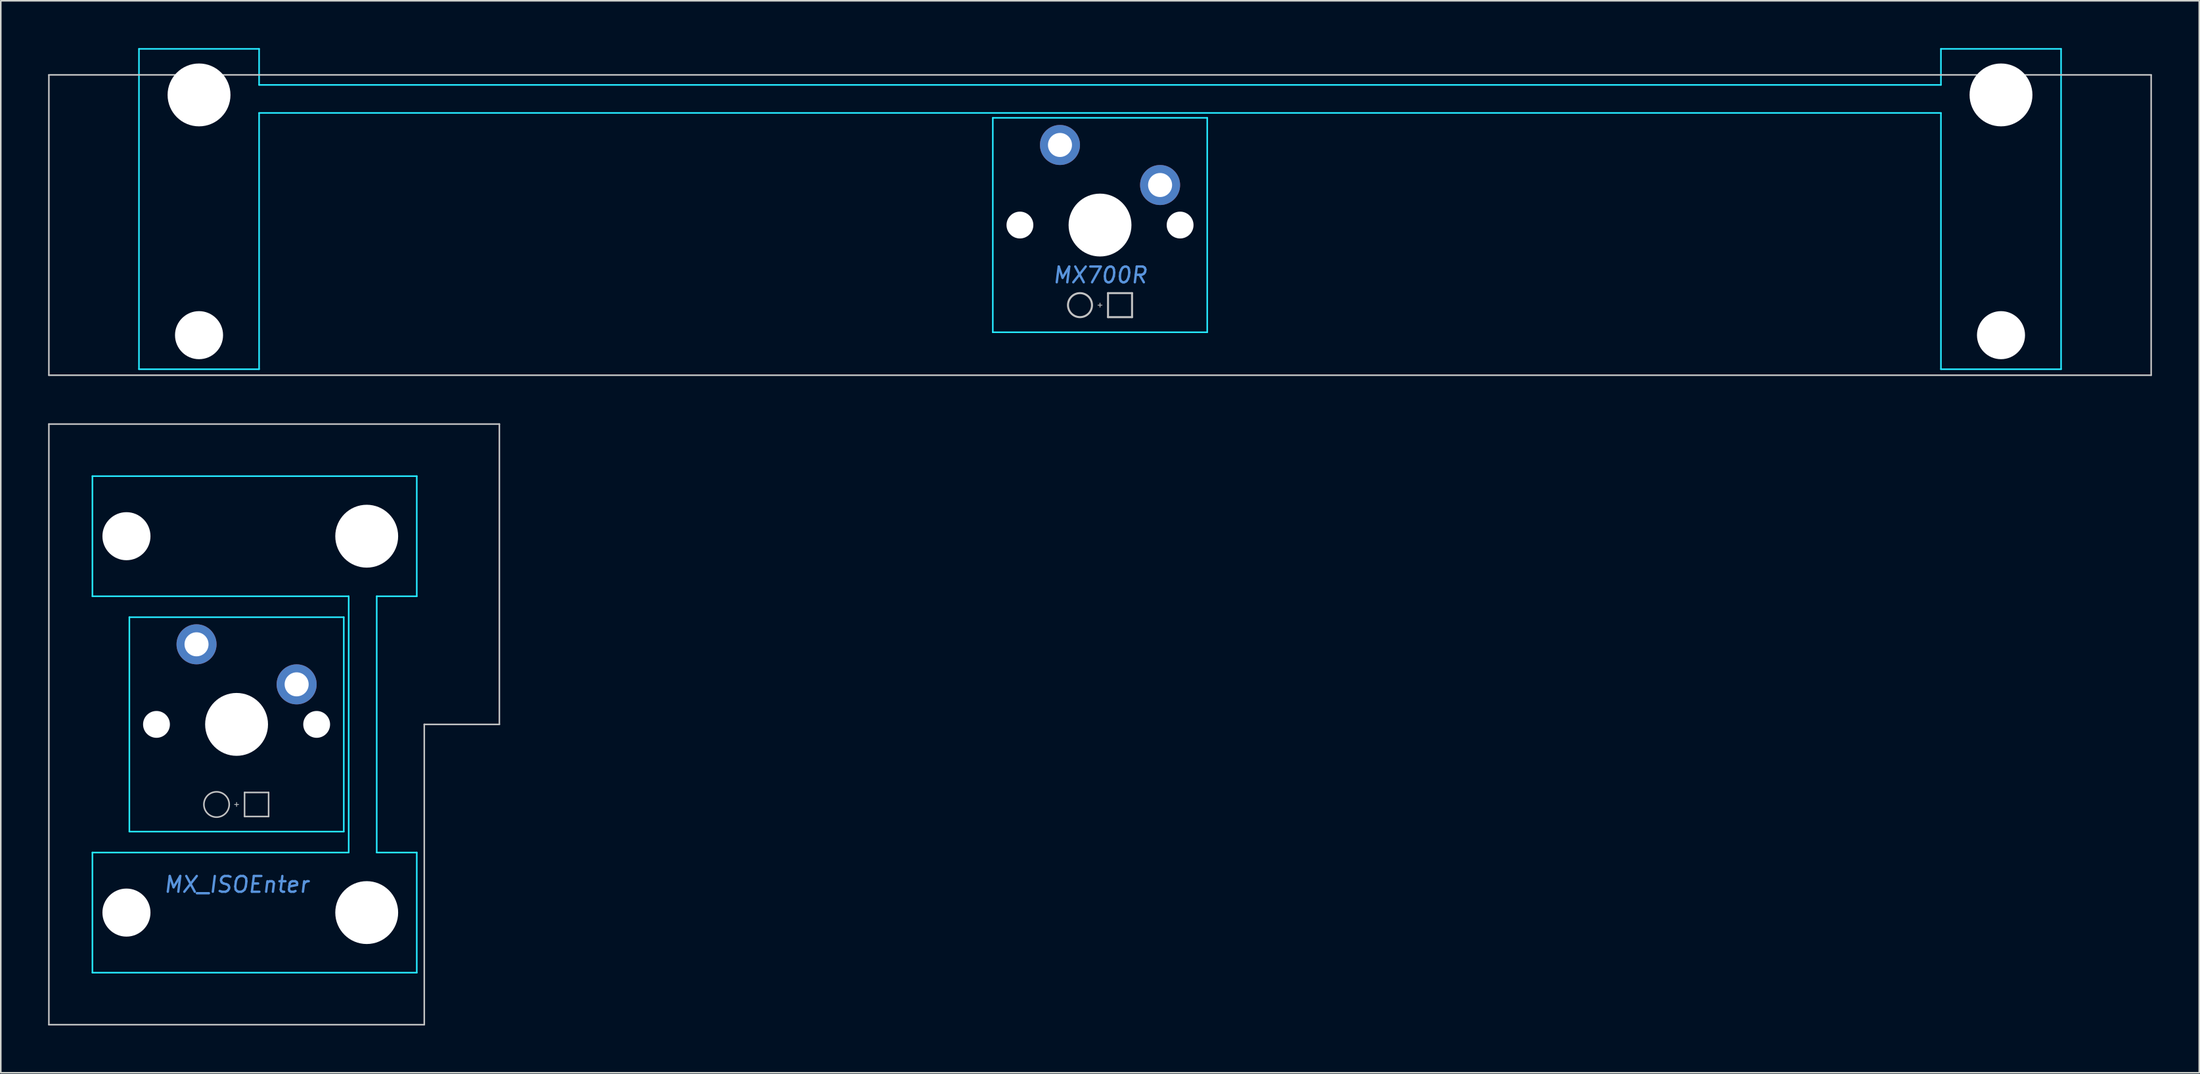
<source format=kicad_pcb>
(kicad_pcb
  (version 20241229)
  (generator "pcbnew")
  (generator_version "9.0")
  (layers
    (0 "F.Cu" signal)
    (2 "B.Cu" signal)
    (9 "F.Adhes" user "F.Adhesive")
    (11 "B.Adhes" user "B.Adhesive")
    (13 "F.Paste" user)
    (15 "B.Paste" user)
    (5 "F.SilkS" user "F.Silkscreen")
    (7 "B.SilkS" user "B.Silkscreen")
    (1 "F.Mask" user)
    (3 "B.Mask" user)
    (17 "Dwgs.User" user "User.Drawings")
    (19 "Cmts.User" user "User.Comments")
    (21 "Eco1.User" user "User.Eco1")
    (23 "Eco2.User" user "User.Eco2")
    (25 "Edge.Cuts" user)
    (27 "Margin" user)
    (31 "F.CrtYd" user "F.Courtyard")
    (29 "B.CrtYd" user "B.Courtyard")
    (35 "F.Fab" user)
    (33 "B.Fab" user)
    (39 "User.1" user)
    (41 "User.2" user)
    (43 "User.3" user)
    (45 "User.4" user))
  (footprint "MX_ISOEnter"
    (layer "F.Cu")
    (at 11.956 42.901)
    (property "Reference" "MX_ISOEnter" (at 0 10.16 0) (layer "Cmts.User") (effects (font (size 1 1) (thickness 0.15) (italic yes))))
    (attr through_hole)
    (fp_line (start -11.906 19.05) (end -11.906 -19.05) (stroke (width 0.1) (type solid)) (layer "Dwgs.User"))
    (fp_line (start -0.127 5.08) (end 0.127 5.08) (stroke (width 0.05) (type solid)) (layer "Dwgs.User"))
    (fp_line (start 0 5.207) (end 0 4.953) (stroke (width 0.05) (type solid)) (layer "Dwgs.User"))
    (fp_line (start 0.508 4.318) (end 0.508 5.842) (stroke (width 0.1) (type solid)) (layer "Dwgs.User"))
    (fp_line (start 0.508 4.318) (end 2.032 4.318) (stroke (width 0.1) (type solid)) (layer "Dwgs.User"))
    (fp_line (start 0.508 5.842) (end 2.032 5.842) (stroke (width 0.1) (type solid)) (layer "Dwgs.User"))
    (fp_line (start 2.032 5.842) (end 2.032 4.318) (stroke (width 0.1) (type solid)) (layer "Dwgs.User"))
    (fp_line (start 11.906 19.05) (end -11.906 19.05) (stroke (width 0.1) (type solid)) (layer "Dwgs.User"))
    (fp_line (start 11.906 19.05) (end 11.906 0) (stroke (width 0.1) (type solid)) (layer "Dwgs.User"))
    (fp_line (start 16.669 -19.05) (end -11.906 -19.05) (stroke (width 0.1) (type solid)) (layer "Dwgs.User"))
    (fp_line (start 16.669 0) (end 11.906 0) (stroke (width 0.1) (type solid)) (layer "Dwgs.User"))
    (fp_line (start 16.669 0) (end 16.669 -19.05) (stroke (width 0.1) (type solid)) (layer "Dwgs.User"))
    (fp_circle (center -1.27 5.08) (end -0.467 5.08) (stroke (width 0.1) (type solid)) (fill no) (layer "Dwgs.User"))
    (fp_line (start -7 -6.5) (end -7 6.5) (stroke (width 0.1) (type solid)) (layer "Eco1.User"))
    (fp_line (start -6.5 7) (end 6.5 7) (stroke (width 0.1) (type solid)) (layer "Eco1.User"))
    (fp_line (start -5.985 -8.938) (end -5.985 -14.938) (stroke (width 0.1) (type solid)) (layer "Eco1.User"))
    (fp_line (start -5.985 14.938) (end -5.985 8.938) (stroke (width 0.1) (type solid)) (layer "Eco1.User"))
    (fp_line (start -5.485 -8.438) (end 8.515 -8.438) (stroke (width 0.1) (type solid)) (layer "Eco1.User"))
    (fp_line (start -5.485 15.438) (end 8.515 15.438) (stroke (width 0.1) (type solid)) (layer "Eco1.User"))
    (fp_line (start 6.5 -7) (end -6.5 -7) (stroke (width 0.1) (type solid)) (layer "Eco1.User"))
    (fp_line (start 7 6.5) (end 7 -6.5) (stroke (width 0.1) (type solid)) (layer "Eco1.User"))
    (fp_line (start 8.515 -15.438) (end -5.485 -15.438) (stroke (width 0.1) (type solid)) (layer "Eco1.User"))
    (fp_line (start 8.515 8.438) (end -5.485 8.438) (stroke (width 0.1) (type solid)) (layer "Eco1.User"))
    (fp_line (start 9.015 -14.938) (end 9.015 -8.938) (stroke (width 0.1) (type solid)) (layer "Eco1.User"))
    (fp_line (start 9.015 8.938) (end 9.015 14.938) (stroke (width 0.1) (type solid)) (layer "Eco1.User"))
    (fp_arc (start -7 -6.5) (mid -6.853553 -6.853553) (end -6.5 -7) (stroke (width 0.1) (type solid)) (layer "Eco1.User"))
    (fp_arc (start -6.5 7) (mid -6.853553 6.853553) (end -7 6.5) (stroke (width 0.1) (type solid)) (layer "Eco1.User"))
    (fp_arc (start -5.985 -14.938) (mid -5.838553 -15.291553) (end -5.485 -15.438) (stroke (width 0.1) (type solid)) (layer "Eco1.User"))
    (fp_arc (start -5.985 8.938) (mid -5.838553 8.584447) (end -5.485 8.438) (stroke (width 0.1) (type solid)) (layer "Eco1.User"))
    (fp_arc (start -5.485 -8.438) (mid -5.838553 -8.584447) (end -5.985 -8.938) (stroke (width 0.1) (type solid)) (layer "Eco1.User"))
    (fp_arc (start -5.485 15.438) (mid -5.838553 15.291553) (end -5.985 14.938) (stroke (width 0.1) (type solid)) (layer "Eco1.User"))
    (fp_arc (start 6.5 -7) (mid 6.853553 -6.853553) (end 7 -6.5) (stroke (width 0.1) (type solid)) (layer "Eco1.User"))
    (fp_arc (start 7 6.5) (mid 6.853553 6.853553) (end 6.5 7) (stroke (width 0.1) (type solid)) (layer "Eco1.User"))
    (fp_arc (start 8.515 -15.438) (mid 8.868553 -15.291553) (end 9.015 -14.938) (stroke (width 0.1) (type solid)) (layer "Eco1.User"))
    (fp_arc (start 8.515 8.438) (mid 8.868553 8.584447) (end 9.015 8.938) (stroke (width 0.1) (type solid)) (layer "Eco1.User"))
    (fp_arc (start 9.015 -8.938) (mid 8.868553 -8.584447) (end 8.515 -8.438) (stroke (width 0.1) (type solid)) (layer "Eco1.User"))
    (fp_arc (start 9.015 14.938) (mid 8.868553 15.291553) (end 8.515 15.438) (stroke (width 0.1) (type solid)) (layer "Eco1.User"))
    (fp_line (start -9.144 -15.748) (end 11.43 -15.748) (stroke (width 0.1) (type solid)) (layer "B.CrtYd"))
    (fp_line (start -9.144 -8.128) (end -9.144 -15.748) (stroke (width 0.1) (type solid)) (layer "B.CrtYd"))
    (fp_line (start -9.144 -8.128) (end 7.112 -8.128) (stroke (width 0.1) (type solid)) (layer "B.CrtYd"))
    (fp_line (start -9.144 8.128) (end 7.112 8.128) (stroke (width 0.1) (type solid)) (layer "B.CrtYd"))
    (fp_line (start -9.144 15.748) (end -9.144 8.128) (stroke (width 0.1) (type solid)) (layer "B.CrtYd"))
    (fp_line (start -6.8 6.8) (end -6.8 -6.8) (stroke (width 0.1) (type solid)) (layer "B.CrtYd"))
    (fp_line (start 6.8 -6.8) (end -6.8 -6.8) (stroke (width 0.1) (type solid)) (layer "B.CrtYd"))
    (fp_line (start 6.8 6.8) (end -6.8 6.8) (stroke (width 0.1) (type solid)) (layer "B.CrtYd"))
    (fp_line (start 6.8 6.8) (end 6.8 -6.8) (stroke (width 0.1) (type solid)) (layer "B.CrtYd"))
    (fp_line (start 7.112 8.128) (end 7.112 -8.128) (stroke (width 0.1) (type solid)) (layer "B.CrtYd"))
    (fp_line (start 8.89 8.128) (end 8.89 -8.128) (stroke (width 0.1) (type solid)) (layer "B.CrtYd"))
    (fp_line (start 11.43 -15.748) (end 11.43 -8.128) (stroke (width 0.1) (type solid)) (layer "B.CrtYd"))
    (fp_line (start 11.43 -8.128) (end 8.89 -8.128) (stroke (width 0.1) (type solid)) (layer "B.CrtYd"))
    (fp_line (start 11.43 8.128) (end 8.89 8.128) (stroke (width 0.1) (type solid)) (layer "B.CrtYd"))
    (fp_line (start 11.43 8.128) (end 11.43 15.748) (stroke (width 0.1) (type solid)) (layer "B.CrtYd"))
    (fp_line (start 11.43 15.748) (end -9.144 15.748) (stroke (width 0.1) (type solid)) (layer "B.CrtYd"))
    (pad "" np_thru_hole circle (at -6.985 -11.938 90) (size 3.048 3.048) (drill 3.048) (layers "*.Cu" "*.Mask"))
    (pad "" np_thru_hole circle (at -6.985 11.938 90) (size 3.048 3.048) (drill 3.048) (layers "*.Cu" "*.Mask"))
    (pad "" np_thru_hole circle (at -5.08 0) (size 1.702 1.702) (drill 1.702) (layers "*.Cu" "*.Mask"))
    (pad "" connect circle (at -2.54 -5.08) (size 1.524 1.524) (layers "B.Mask"))
    (pad "" np_thru_hole circle (at 0 0) (size 3.988 3.988) (drill 3.988) (layers "*.Cu" "*.Mask"))
    (pad "" connect circle (at 3.81 -2.54) (size 1.524 1.524) (layers "B.Mask"))
    (pad "" np_thru_hole circle (at 5.08 0) (size 1.702 1.702) (drill 1.702) (layers "*.Cu" "*.Mask"))
    (pad "" np_thru_hole circle (at 8.255 -11.938 90) (size 3.988 3.988) (drill 3.988) (layers "*.Cu" "*.Mask"))
    (pad "" np_thru_hole circle (at 8.255 11.938 90) (size 3.988 3.988) (drill 3.988) (layers "*.Cu" "*.Mask"))
    (pad "1" thru_hole circle (at -2.54 -5.08) (size 2.54 2.54) (drill 1.524) (layers "*.Cu" "F.Mask"))
    (pad "2" thru_hole circle (at 3.81 -2.54) (size 2.54 2.54) (drill 1.524) (layers "*.Cu" "F.Mask")))
  (footprint "MX700R"
    (layer "F.Cu")
    (at 66.725 11.226)
    (property "Reference" "MX700R" (at 0 3.175 0) (layer "Cmts.User") (effects (font (size 1 1) (thickness 0.15) (italic yes))))
    (attr through_hole)
    (fp_line (start -66.675 -9.525) (end -66.675 9.525) (stroke (width 0.1) (type solid)) (layer "Dwgs.User"))
    (fp_line (start -66.675 -9.525) (end 66.675 -9.525) (stroke (width 0.1) (type solid)) (layer "Dwgs.User"))
    (fp_line (start -66.675 9.525) (end 66.675 9.525) (stroke (width 0.1) (type solid)) (layer "Dwgs.User"))
    (fp_line (start -0.127 5.08) (end 0.127 5.08) (stroke (width 0.051) (type solid)) (layer "Dwgs.User"))
    (fp_line (start 0 4.953) (end 0 5.207) (stroke (width 0.051) (type solid)) (layer "Dwgs.User"))
    (fp_line (start 0.508 4.318) (end 0.508 5.842) (stroke (width 0.127) (type solid)) (layer "Dwgs.User"))
    (fp_line (start 0.508 4.318) (end 2.032 4.318) (stroke (width 0.127) (type solid)) (layer "Dwgs.User"))
    (fp_line (start 0.508 5.842) (end 2.032 5.842) (stroke (width 0.127) (type solid)) (layer "Dwgs.User"))
    (fp_line (start 2.032 5.842) (end 2.032 4.318) (stroke (width 0.127) (type solid)) (layer "Dwgs.User"))
    (fp_line (start 66.675 -9.525) (end 66.675 9.525) (stroke (width 0.1) (type solid)) (layer "Dwgs.User"))
    (fp_circle (center -1.27 5.08) (end -0.508 5.08) (stroke (width 0.127) (type solid)) (fill no) (layer "Dwgs.User"))
    (fp_line (start -60.65 -8.515) (end -60.65 5.485) (stroke (width 0.1) (type solid)) (layer "Eco1.User"))
    (fp_line (start -60.15 -9.015) (end -54.15 -9.015) (stroke (width 0.1) (type solid)) (layer "Eco1.User"))
    (fp_line (start -54.15 5.985) (end -60.15 5.985) (stroke (width 0.1) (type solid)) (layer "Eco1.User"))
    (fp_line (start -53.65 5.485) (end -53.65 -8.515) (stroke (width 0.1) (type solid)) (layer "Eco1.User"))
    (fp_line (start -7 -6.5) (end -7 6.5) (stroke (width 0.1) (type solid)) (layer "Eco1.User"))
    (fp_line (start -6.5 7) (end 6.5 7) (stroke (width 0.1) (type solid)) (layer "Eco1.User"))
    (fp_line (start 6.5 -7) (end -6.5 -7) (stroke (width 0.1) (type solid)) (layer "Eco1.User"))
    (fp_line (start 7 6.5) (end 7 -6.5) (stroke (width 0.1) (type solid)) (layer "Eco1.User"))
    (fp_line (start 53.65 -8.515) (end 53.65 5.485) (stroke (width 0.1) (type solid)) (layer "Eco1.User"))
    (fp_line (start 54.15 -9.015) (end 60.15 -9.015) (stroke (width 0.1) (type solid)) (layer "Eco1.User"))
    (fp_line (start 60.15 5.985) (end 54.15 5.985) (stroke (width 0.1) (type solid)) (layer "Eco1.User"))
    (fp_line (start 60.65 5.485) (end 60.65 -8.515) (stroke (width 0.1) (type solid)) (layer "Eco1.User"))
    (fp_arc (start -60.65 -8.515) (mid -60.503553 -8.868553) (end -60.15 -9.015) (stroke (width 0.1) (type solid)) (layer "Eco1.User"))
    (fp_arc (start -60.15 5.985) (mid -60.503553 5.838553) (end -60.65 5.485) (stroke (width 0.1) (type solid)) (layer "Eco1.User"))
    (fp_arc (start -54.15 -9.015) (mid -53.796447 -8.868553) (end -53.65 -8.515) (stroke (width 0.1) (type solid)) (layer "Eco1.User"))
    (fp_arc (start -53.65 5.485) (mid -53.796447 5.838553) (end -54.15 5.985) (stroke (width 0.1) (type solid)) (layer "Eco1.User"))
    (fp_arc (start -7 -6.5) (mid -6.853553 -6.853553) (end -6.5 -7) (stroke (width 0.1) (type solid)) (layer "Eco1.User"))
    (fp_arc (start -6.5 7) (mid -6.853553 6.853553) (end -7 6.5) (stroke (width 0.1) (type solid)) (layer "Eco1.User"))
    (fp_arc (start 6.5 -7) (mid 6.853553 -6.853553) (end 7 -6.5) (stroke (width 0.1) (type solid)) (layer "Eco1.User"))
    (fp_arc (start 7 6.5) (mid 6.853553 6.853553) (end 6.5 7) (stroke (width 0.1) (type solid)) (layer "Eco1.User"))
    (fp_arc (start 53.65 -8.515) (mid 53.796447 -8.868553) (end 54.15 -9.015) (stroke (width 0.1) (type solid)) (layer "Eco1.User"))
    (fp_arc (start 54.15 5.985) (mid 53.796447 5.838553) (end 53.65 5.485) (stroke (width 0.1) (type solid)) (layer "Eco1.User"))
    (fp_arc (start 60.15 -9.015) (mid 60.503553 -8.868553) (end 60.65 -8.515) (stroke (width 0.1) (type solid)) (layer "Eco1.User"))
    (fp_arc (start 60.65 5.485) (mid 60.503553 5.838553) (end 60.15 5.985) (stroke (width 0.1) (type solid)) (layer "Eco1.User"))
    (fp_line (start -60.96 9.144) (end -60.96 -11.176) (stroke (width 0.1) (type solid)) (layer "B.CrtYd"))
    (fp_line (start -53.34 -11.176) (end -60.96 -11.176) (stroke (width 0.1) (type solid)) (layer "B.CrtYd"))
    (fp_line (start -53.34 -8.89) (end -53.34 -11.176) (stroke (width 0.1) (type solid)) (layer "B.CrtYd"))
    (fp_line (start -53.34 -7.112) (end -53.34 9.144) (stroke (width 0.1) (type solid)) (layer "B.CrtYd"))
    (fp_line (start -53.34 9.144) (end -60.96 9.144) (stroke (width 0.1) (type solid)) (layer "B.CrtYd"))
    (fp_line (start -6.8 -6.8) (end -6.8 6.8) (stroke (width 0.1) (type solid)) (layer "B.CrtYd"))
    (fp_line (start -6.8 -6.8) (end 6.8 -6.8) (stroke (width 0.1) (type solid)) (layer "B.CrtYd"))
    (fp_line (start -6.8 6.8) (end 6.8 6.8) (stroke (width 0.1) (type solid)) (layer "B.CrtYd"))
    (fp_line (start 6.8 6.8) (end 6.8 -6.8) (stroke (width 0.1) (type solid)) (layer "B.CrtYd"))
    (fp_line (start 53.34 -8.89) (end -53.34 -8.89) (stroke (width 0.1) (type solid)) (layer "B.CrtYd"))
    (fp_line (start 53.34 -8.89) (end 53.34 -11.176) (stroke (width 0.1) (type solid)) (layer "B.CrtYd"))
    (fp_line (start 53.34 -7.112) (end -53.34 -7.112) (stroke (width 0.1) (type solid)) (layer "B.CrtYd"))
    (fp_line (start 53.34 -7.112) (end 53.34 9.144) (stroke (width 0.1) (type solid)) (layer "B.CrtYd"))
    (fp_line (start 60.96 -11.176) (end 53.34 -11.176) (stroke (width 0.1) (type solid)) (layer "B.CrtYd"))
    (fp_line (start 60.96 9.144) (end 53.34 9.144) (stroke (width 0.1) (type solid)) (layer "B.CrtYd"))
    (fp_line (start 60.96 9.144) (end 60.96 -11.176) (stroke (width 0.1) (type solid)) (layer "B.CrtYd"))
    (pad "" np_thru_hole circle (at -57.15 -8.255) (size 3.988 3.988) (drill 3.988) (layers "*.Cu" "*.Mask"))
    (pad "" np_thru_hole circle (at -57.15 6.985) (size 3.048 3.048) (drill 3.048) (layers "*.Cu" "*.Mask"))
    (pad "" np_thru_hole circle (at -5.08 0) (size 1.702 1.702) (drill 1.702) (layers "*.Cu" "*.Mask"))
    (pad "" connect circle (at -2.54 -5.08) (size 1.524 1.524) (layers "B.Mask"))
    (pad "" np_thru_hole circle (at 0 0) (size 3.988 3.988) (drill 3.988) (layers "*.Cu" "*.Mask"))
    (pad "" connect circle (at 3.81 -2.54) (size 1.524 1.524) (layers "B.Mask"))
    (pad "" np_thru_hole circle (at 5.08 0) (size 1.702 1.702) (drill 1.702) (layers "*.Cu" "*.Mask"))
    (pad "" np_thru_hole circle (at 57.15 -8.255) (size 3.988 3.988) (drill 3.988) (layers "*.Cu" "*.Mask"))
    (pad "" np_thru_hole circle (at 57.15 6.985) (size 3.048 3.048) (drill 3.048) (layers "*.Cu" "*.Mask"))
    (pad "1" thru_hole circle (at -2.54 -5.08) (size 2.54 2.54) (drill 1.524) (layers "*.Cu" "F.Mask"))
    (pad "2" thru_hole circle (at 3.81 -2.54) (size 2.54 2.54) (drill 1.524) (layers "*.Cu" "F.Mask")))
  (gr_rect
    (start -3 -3)
    (end 136.45 65.001)
    (stroke (width 0.1) (type default))
    (fill no)
    (layer "Edge.Cuts")))
</source>
